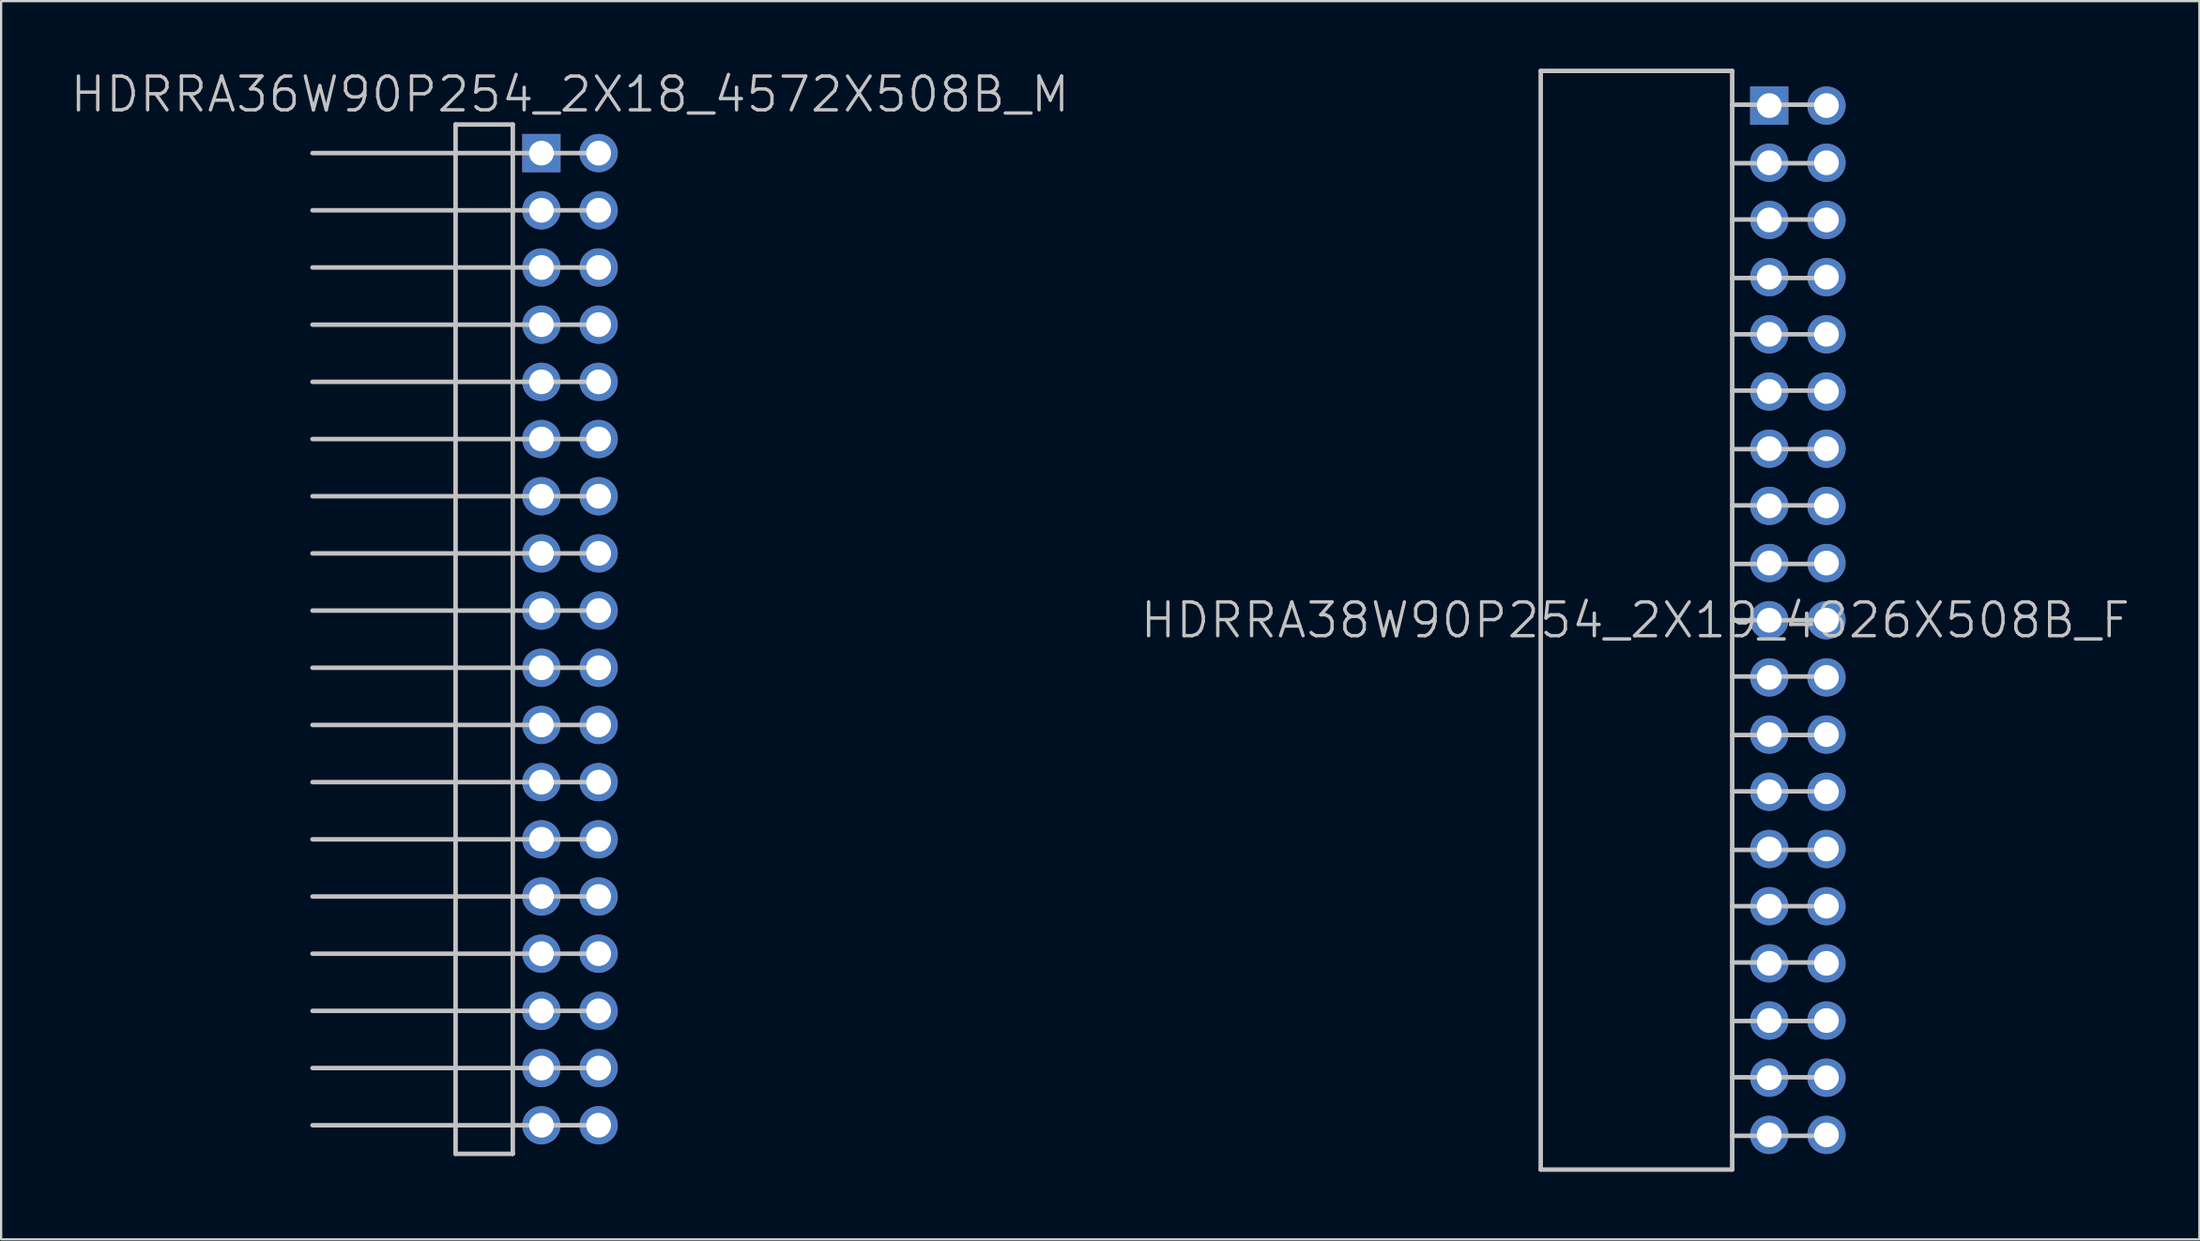
<source format=kicad_pcb>
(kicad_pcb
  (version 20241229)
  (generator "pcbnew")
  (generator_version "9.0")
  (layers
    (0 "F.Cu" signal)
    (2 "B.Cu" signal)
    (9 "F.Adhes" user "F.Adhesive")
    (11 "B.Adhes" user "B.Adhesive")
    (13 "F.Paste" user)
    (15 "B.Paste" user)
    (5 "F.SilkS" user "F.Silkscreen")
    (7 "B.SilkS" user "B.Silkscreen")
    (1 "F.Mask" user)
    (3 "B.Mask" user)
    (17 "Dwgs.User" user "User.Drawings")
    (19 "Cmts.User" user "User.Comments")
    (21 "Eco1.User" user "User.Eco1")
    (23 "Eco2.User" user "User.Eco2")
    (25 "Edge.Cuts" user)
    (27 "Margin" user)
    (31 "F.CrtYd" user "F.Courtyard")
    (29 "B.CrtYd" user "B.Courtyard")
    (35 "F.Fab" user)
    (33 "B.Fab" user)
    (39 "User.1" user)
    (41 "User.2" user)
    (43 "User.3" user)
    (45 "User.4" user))
  (footprint "HDRRA36W90P254_2X18_4572X508B_M"
    (layer "F.Cu")
    (at 22.254 25.341)
    (property "Reference" "HDRRA36W90P254_2X18_4572X508B_M" (at 0 -24.2 180) (layer "Dwgs.User") (effects (font (size 1.5 1.5) (thickness 0.15))))
    (attr through_hole)
    (fp_line (start -11.43 -16.51) (end 1.27 -16.51) (stroke (width 0.2) (type solid)) (layer "Dwgs.User"))
    (fp_line (start -11.43 8.89) (end 1.27 8.89) (stroke (width 0.2) (type solid)) (layer "Dwgs.User"))
    (fp_line (start -5.08 -22.86) (end -2.54 -22.86) (stroke (width 0.2) (type solid)) (layer "Dwgs.User"))
    (fp_line (start -5.08 22.86) (end -5.08 -22.86) (stroke (width 0.2) (type solid)) (layer "Dwgs.User"))
    (fp_line (start -2.54 -22.86) (end -2.54 22.86) (stroke (width 0.2) (type solid)) (layer "Dwgs.User"))
    (fp_line (start -2.54 22.86) (end -5.08 22.86) (stroke (width 0.2) (type solid)) (layer "Dwgs.User"))
    (fp_line (start 1.27 -21.59) (end -11.43 -21.59) (stroke (width 0.2) (type solid)) (layer "Dwgs.User"))
    (fp_line (start 1.27 -19.05) (end -11.43 -19.05) (stroke (width 0.2) (type solid)) (layer "Dwgs.User"))
    (fp_line (start 1.27 -13.97) (end -11.43 -13.97) (stroke (width 0.2) (type solid)) (layer "Dwgs.User"))
    (fp_line (start 1.27 -11.43) (end -11.43 -11.43) (stroke (width 0.2) (type solid)) (layer "Dwgs.User"))
    (fp_line (start 1.27 -8.89) (end -11.43 -8.89) (stroke (width 0.2) (type solid)) (layer "Dwgs.User"))
    (fp_line (start 1.27 -6.35) (end -11.43 -6.35) (stroke (width 0.2) (type solid)) (layer "Dwgs.User"))
    (fp_line (start 1.27 -3.81) (end -11.43 -3.81) (stroke (width 0.2) (type solid)) (layer "Dwgs.User"))
    (fp_line (start 1.27 -1.27) (end -11.43 -1.27) (stroke (width 0.2) (type solid)) (layer "Dwgs.User"))
    (fp_line (start 1.27 1.27) (end -11.43 1.27) (stroke (width 0.2) (type solid)) (layer "Dwgs.User"))
    (fp_line (start 1.27 3.81) (end -11.43 3.81) (stroke (width 0.2) (type solid)) (layer "Dwgs.User"))
    (fp_line (start 1.27 6.35) (end -11.43 6.35) (stroke (width 0.2) (type solid)) (layer "Dwgs.User"))
    (fp_line (start 1.27 11.43) (end -11.43 11.43) (stroke (width 0.2) (type solid)) (layer "Dwgs.User"))
    (fp_line (start 1.27 13.97) (end -11.43 13.97) (stroke (width 0.2) (type solid)) (layer "Dwgs.User"))
    (fp_line (start 1.27 16.51) (end -11.43 16.51) (stroke (width 0.2) (type solid)) (layer "Dwgs.User"))
    (fp_line (start 1.27 19.05) (end -11.43 19.05) (stroke (width 0.2) (type solid)) (layer "Dwgs.User"))
    (fp_line (start 1.27 21.59) (end -11.43 21.59) (stroke (width 0.2) (type solid)) (layer "Dwgs.User"))
    (pad "1" thru_hole rect (at -1.27 -21.59) (size 1.7 1.7) (drill 1.1) (layers "*.Cu" "*.Mask"))
    (pad "2" thru_hole circle (at 1.27 -21.59 270) (size 1.7 1.7) (drill 1.1) (layers "*.Cu" "*.Mask"))
    (pad "3" thru_hole circle (at -1.27 -19.05 270) (size 1.7 1.7) (drill 1.1) (layers "*.Cu" "*.Mask"))
    (pad "4" thru_hole circle (at 1.27 -19.05 270) (size 1.7 1.7) (drill 1.1) (layers "*.Cu" "*.Mask"))
    (pad "5" thru_hole circle (at -1.27 -16.51 270) (size 1.7 1.7) (drill 1.1) (layers "*.Cu" "*.Mask"))
    (pad "6" thru_hole circle (at 1.27 -16.51 270) (size 1.7 1.7) (drill 1.1) (layers "*.Cu" "*.Mask"))
    (pad "7" thru_hole circle (at -1.27 -13.97 270) (size 1.7 1.7) (drill 1.1) (layers "*.Cu" "*.Mask"))
    (pad "8" thru_hole circle (at 1.27 -13.97 270) (size 1.7 1.7) (drill 1.1) (layers "*.Cu" "*.Mask"))
    (pad "9" thru_hole circle (at -1.27 -11.43 270) (size 1.7 1.7) (drill 1.1) (layers "*.Cu" "*.Mask"))
    (pad "10" thru_hole circle (at 1.27 -11.43 270) (size 1.7 1.7) (drill 1.1) (layers "*.Cu" "*.Mask"))
    (pad "11" thru_hole circle (at -1.27 -8.89 270) (size 1.7 1.7) (drill 1.1) (layers "*.Cu" "*.Mask"))
    (pad "12" thru_hole circle (at 1.27 -8.89 270) (size 1.7 1.7) (drill 1.1) (layers "*.Cu" "*.Mask"))
    (pad "13" thru_hole circle (at -1.27 -6.35 270) (size 1.7 1.7) (drill 1.1) (layers "*.Cu" "*.Mask"))
    (pad "14" thru_hole circle (at 1.27 -6.35 270) (size 1.7 1.7) (drill 1.1) (layers "*.Cu" "*.Mask"))
    (pad "15" thru_hole circle (at -1.27 -3.81 270) (size 1.7 1.7) (drill 1.1) (layers "*.Cu" "*.Mask"))
    (pad "16" thru_hole circle (at 1.27 -3.81 270) (size 1.7 1.7) (drill 1.1) (layers "*.Cu" "*.Mask"))
    (pad "17" thru_hole circle (at -1.27 -1.27 270) (size 1.7 1.7) (drill 1.1) (layers "*.Cu" "*.Mask"))
    (pad "18" thru_hole circle (at 1.27 -1.27 270) (size 1.7 1.7) (drill 1.1) (layers "*.Cu" "*.Mask"))
    (pad "19" thru_hole circle (at -1.27 1.27 270) (size 1.7 1.7) (drill 1.1) (layers "*.Cu" "*.Mask"))
    (pad "20" thru_hole circle (at 1.27 1.27 270) (size 1.7 1.7) (drill 1.1) (layers "*.Cu" "*.Mask"))
    (pad "21" thru_hole circle (at -1.27 3.81 270) (size 1.7 1.7) (drill 1.1) (layers "*.Cu" "*.Mask"))
    (pad "22" thru_hole circle (at 1.27 3.81 270) (size 1.7 1.7) (drill 1.1) (layers "*.Cu" "*.Mask"))
    (pad "23" thru_hole circle (at -1.27 6.35 270) (size 1.7 1.7) (drill 1.1) (layers "*.Cu" "*.Mask"))
    (pad "24" thru_hole circle (at 1.27 6.35 270) (size 1.7 1.7) (drill 1.1) (layers "*.Cu" "*.Mask"))
    (pad "25" thru_hole circle (at -1.27 8.89 270) (size 1.7 1.7) (drill 1.1) (layers "*.Cu" "*.Mask"))
    (pad "26" thru_hole circle (at 1.27 8.89 270) (size 1.7 1.7) (drill 1.1) (layers "*.Cu" "*.Mask"))
    (pad "27" thru_hole circle (at -1.27 11.43 270) (size 1.7 1.7) (drill 1.1) (layers "*.Cu" "*.Mask"))
    (pad "28" thru_hole circle (at 1.27 11.43 270) (size 1.7 1.7) (drill 1.1) (layers "*.Cu" "*.Mask"))
    (pad "29" thru_hole circle (at -1.27 13.97 270) (size 1.7 1.7) (drill 1.1) (layers "*.Cu" "*.Mask"))
    (pad "30" thru_hole circle (at 1.27 13.97 270) (size 1.7 1.7) (drill 1.1) (layers "*.Cu" "*.Mask"))
    (pad "31" thru_hole circle (at -1.27 16.51 270) (size 1.7 1.7) (drill 1.1) (layers "*.Cu" "*.Mask"))
    (pad "32" thru_hole circle (at 1.27 16.51 270) (size 1.7 1.7) (drill 1.1) (layers "*.Cu" "*.Mask"))
    (pad "33" thru_hole circle (at -1.27 19.05 270) (size 1.7 1.7) (drill 1.1) (layers "*.Cu" "*.Mask"))
    (pad "34" thru_hole circle (at 1.27 19.05 270) (size 1.7 1.7) (drill 1.1) (layers "*.Cu" "*.Mask"))
    (pad "35" thru_hole circle (at -1.27 21.59 270) (size 1.7 1.7) (drill 1.1) (layers "*.Cu" "*.Mask"))
    (pad "36" thru_hole circle (at 1.27 21.59 270) (size 1.7 1.7) (drill 1.1) (layers "*.Cu" "*.Mask")))
  (footprint "HDRRA38W90P254_2X19_4826X508B_F"
    (layer "F.Cu")
    (at 71.846 24.5)
    (property "Reference" "HDRRA38W90P254_2X19_4826X508B_F" (at -2.3 0 180) (layer "Dwgs.User") (effects (font (size 1.5 1.5) (thickness 0.15))))
    (attr through_hole)
    (fp_line (start -6.5 -24.4) (end -6.5 24.4) (stroke (width 0.2) (type solid)) (layer "Dwgs.User"))
    (fp_line (start 2 -24.4) (end -6.5 -24.4) (stroke (width 0.2) (type solid)) (layer "Dwgs.User"))
    (fp_line (start 2 -24.4) (end 2 24.4) (stroke (width 0.2) (type solid)) (layer "Dwgs.User"))
    (fp_line (start 2 24.4) (end -6.5 24.4) (stroke (width 0.2) (type solid)) (layer "Dwgs.User"))
    (fp_line (start 6.2 -22.9) (end 2 -22.9) (stroke (width 0.2) (type solid)) (layer "Dwgs.User"))
    (fp_line (start 6.2 -20.3) (end 2 -20.3) (stroke (width 0.2) (type solid)) (layer "Dwgs.User"))
    (fp_line (start 6.2 -17.8) (end 2 -17.8) (stroke (width 0.2) (type solid)) (layer "Dwgs.User"))
    (fp_line (start 6.2 -15.2) (end 2 -15.2) (stroke (width 0.2) (type solid)) (layer "Dwgs.User"))
    (fp_line (start 6.2 -12.7) (end 2 -12.7) (stroke (width 0.2) (type solid)) (layer "Dwgs.User"))
    (fp_line (start 6.2 -10.2) (end 2 -10.2) (stroke (width 0.2) (type solid)) (layer "Dwgs.User"))
    (fp_line (start 6.2 -7.6) (end 2 -7.6) (stroke (width 0.2) (type solid)) (layer "Dwgs.User"))
    (fp_line (start 6.2 -5.1) (end 2 -5.1) (stroke (width 0.2) (type solid)) (layer "Dwgs.User"))
    (fp_line (start 6.2 -2.5) (end 2 -2.5) (stroke (width 0.2) (type solid)) (layer "Dwgs.User"))
    (fp_line (start 6.2 0) (end 2 0) (stroke (width 0.2) (type solid)) (layer "Dwgs.User"))
    (fp_line (start 6.2 2.5) (end 2 2.5) (stroke (width 0.2) (type solid)) (layer "Dwgs.User"))
    (fp_line (start 6.2 5.1) (end 2 5.1) (stroke (width 0.2) (type solid)) (layer "Dwgs.User"))
    (fp_line (start 6.2 7.6) (end 2 7.6) (stroke (width 0.2) (type solid)) (layer "Dwgs.User"))
    (fp_line (start 6.2 10.2) (end 2 10.2) (stroke (width 0.2) (type solid)) (layer "Dwgs.User"))
    (fp_line (start 6.2 12.7) (end 2 12.7) (stroke (width 0.2) (type solid)) (layer "Dwgs.User"))
    (fp_line (start 6.2 15.2) (end 2 15.2) (stroke (width 0.2) (type solid)) (layer "Dwgs.User"))
    (fp_line (start 6.2 17.8) (end 2 17.8) (stroke (width 0.2) (type solid)) (layer "Dwgs.User"))
    (fp_line (start 6.2 20.3) (end 2 20.3) (stroke (width 0.2) (type solid)) (layer "Dwgs.User"))
    (fp_line (start 6.2 22.9) (end 2 22.9) (stroke (width 0.2) (type solid)) (layer "Dwgs.User"))
    (pad "1" thru_hole rect (at 3.645 -22.86) (size 1.7 1.7) (drill 1.1) (layers "*.Cu" "*.Mask"))
    (pad "2" thru_hole circle (at 6.185 -22.86 270) (size 1.7 1.7) (drill 1.1) (layers "*.Cu" "*.Mask"))
    (pad "3" thru_hole circle (at 3.645 -20.32 270) (size 1.7 1.7) (drill 1.1) (layers "*.Cu" "*.Mask"))
    (pad "4" thru_hole circle (at 6.185 -20.32 270) (size 1.7 1.7) (drill 1.1) (layers "*.Cu" "*.Mask"))
    (pad "5" thru_hole circle (at 3.645 -17.78 270) (size 1.7 1.7) (drill 1.1) (layers "*.Cu" "*.Mask"))
    (pad "6" thru_hole circle (at 6.185 -17.78 270) (size 1.7 1.7) (drill 1.1) (layers "*.Cu" "*.Mask"))
    (pad "7" thru_hole circle (at 3.645 -15.24 270) (size 1.7 1.7) (drill 1.1) (layers "*.Cu" "*.Mask"))
    (pad "8" thru_hole circle (at 6.185 -15.24 270) (size 1.7 1.7) (drill 1.1) (layers "*.Cu" "*.Mask"))
    (pad "9" thru_hole circle (at 3.645 -12.7 270) (size 1.7 1.7) (drill 1.1) (layers "*.Cu" "*.Mask"))
    (pad "10" thru_hole circle (at 6.185 -12.7 270) (size 1.7 1.7) (drill 1.1) (layers "*.Cu" "*.Mask"))
    (pad "11" thru_hole circle (at 3.645 -10.16 270) (size 1.7 1.7) (drill 1.1) (layers "*.Cu" "*.Mask"))
    (pad "12" thru_hole circle (at 6.185 -10.16 270) (size 1.7 1.7) (drill 1.1) (layers "*.Cu" "*.Mask"))
    (pad "13" thru_hole circle (at 3.645 -7.62 270) (size 1.7 1.7) (drill 1.1) (layers "*.Cu" "*.Mask"))
    (pad "14" thru_hole circle (at 6.185 -7.62 270) (size 1.7 1.7) (drill 1.1) (layers "*.Cu" "*.Mask"))
    (pad "15" thru_hole circle (at 3.645 -5.08 270) (size 1.7 1.7) (drill 1.1) (layers "*.Cu" "*.Mask"))
    (pad "16" thru_hole circle (at 6.185 -5.08 270) (size 1.7 1.7) (drill 1.1) (layers "*.Cu" "*.Mask"))
    (pad "17" thru_hole circle (at 3.645 -2.54 270) (size 1.7 1.7) (drill 1.1) (layers "*.Cu" "*.Mask"))
    (pad "18" thru_hole circle (at 6.185 -2.54 270) (size 1.7 1.7) (drill 1.1) (layers "*.Cu" "*.Mask"))
    (pad "19" thru_hole circle (at 3.645 0 270) (size 1.7 1.7) (drill 1.1) (layers "*.Cu" "*.Mask"))
    (pad "20" thru_hole circle (at 6.185 0 270) (size 1.7 1.7) (drill 1.1) (layers "*.Cu" "*.Mask"))
    (pad "21" thru_hole circle (at 3.645 2.54 270) (size 1.7 1.7) (drill 1.1) (layers "*.Cu" "*.Mask"))
    (pad "22" thru_hole circle (at 6.185 2.54 270) (size 1.7 1.7) (drill 1.1) (layers "*.Cu" "*.Mask"))
    (pad "23" thru_hole circle (at 3.645 5.08 270) (size 1.7 1.7) (drill 1.1) (layers "*.Cu" "*.Mask"))
    (pad "24" thru_hole circle (at 6.185 5.08 270) (size 1.7 1.7) (drill 1.1) (layers "*.Cu" "*.Mask"))
    (pad "25" thru_hole circle (at 3.645 7.62 270) (size 1.7 1.7) (drill 1.1) (layers "*.Cu" "*.Mask"))
    (pad "26" thru_hole circle (at 6.185 7.62 270) (size 1.7 1.7) (drill 1.1) (layers "*.Cu" "*.Mask"))
    (pad "27" thru_hole circle (at 3.645 10.16 270) (size 1.7 1.7) (drill 1.1) (layers "*.Cu" "*.Mask"))
    (pad "28" thru_hole circle (at 6.185 10.16 270) (size 1.7 1.7) (drill 1.1) (layers "*.Cu" "*.Mask"))
    (pad "29" thru_hole circle (at 3.645 12.7 270) (size 1.7 1.7) (drill 1.1) (layers "*.Cu" "*.Mask"))
    (pad "30" thru_hole circle (at 6.185 12.7 270) (size 1.7 1.7) (drill 1.1) (layers "*.Cu" "*.Mask"))
    (pad "31" thru_hole circle (at 3.645 15.24 270) (size 1.7 1.7) (drill 1.1) (layers "*.Cu" "*.Mask"))
    (pad "32" thru_hole circle (at 6.185 15.24 270) (size 1.7 1.7) (drill 1.1) (layers "*.Cu" "*.Mask"))
    (pad "33" thru_hole circle (at 3.645 17.78 270) (size 1.7 1.7) (drill 1.1) (layers "*.Cu" "*.Mask"))
    (pad "34" thru_hole circle (at 6.185 17.78 270) (size 1.7 1.7) (drill 1.1) (layers "*.Cu" "*.Mask"))
    (pad "35" thru_hole circle (at 3.645 20.32 270) (size 1.7 1.7) (drill 1.1) (layers "*.Cu" "*.Mask"))
    (pad "36" thru_hole circle (at 6.185 20.32 270) (size 1.7 1.7) (drill 1.1) (layers "*.Cu" "*.Mask"))
    (pad "37" thru_hole circle (at 3.645 22.86 270) (size 1.7 1.7) (drill 1.1) (layers "*.Cu" "*.Mask"))
    (pad "38" thru_hole circle (at 6.185 22.86 270) (size 1.7 1.7) (drill 1.1) (layers "*.Cu" "*.Mask")))
  (gr_rect
    (start -3 -3)
    (end 94.586 52)
    (stroke (width 0.1) (type default))
    (fill no)
    (layer "Edge.Cuts")))
</source>
